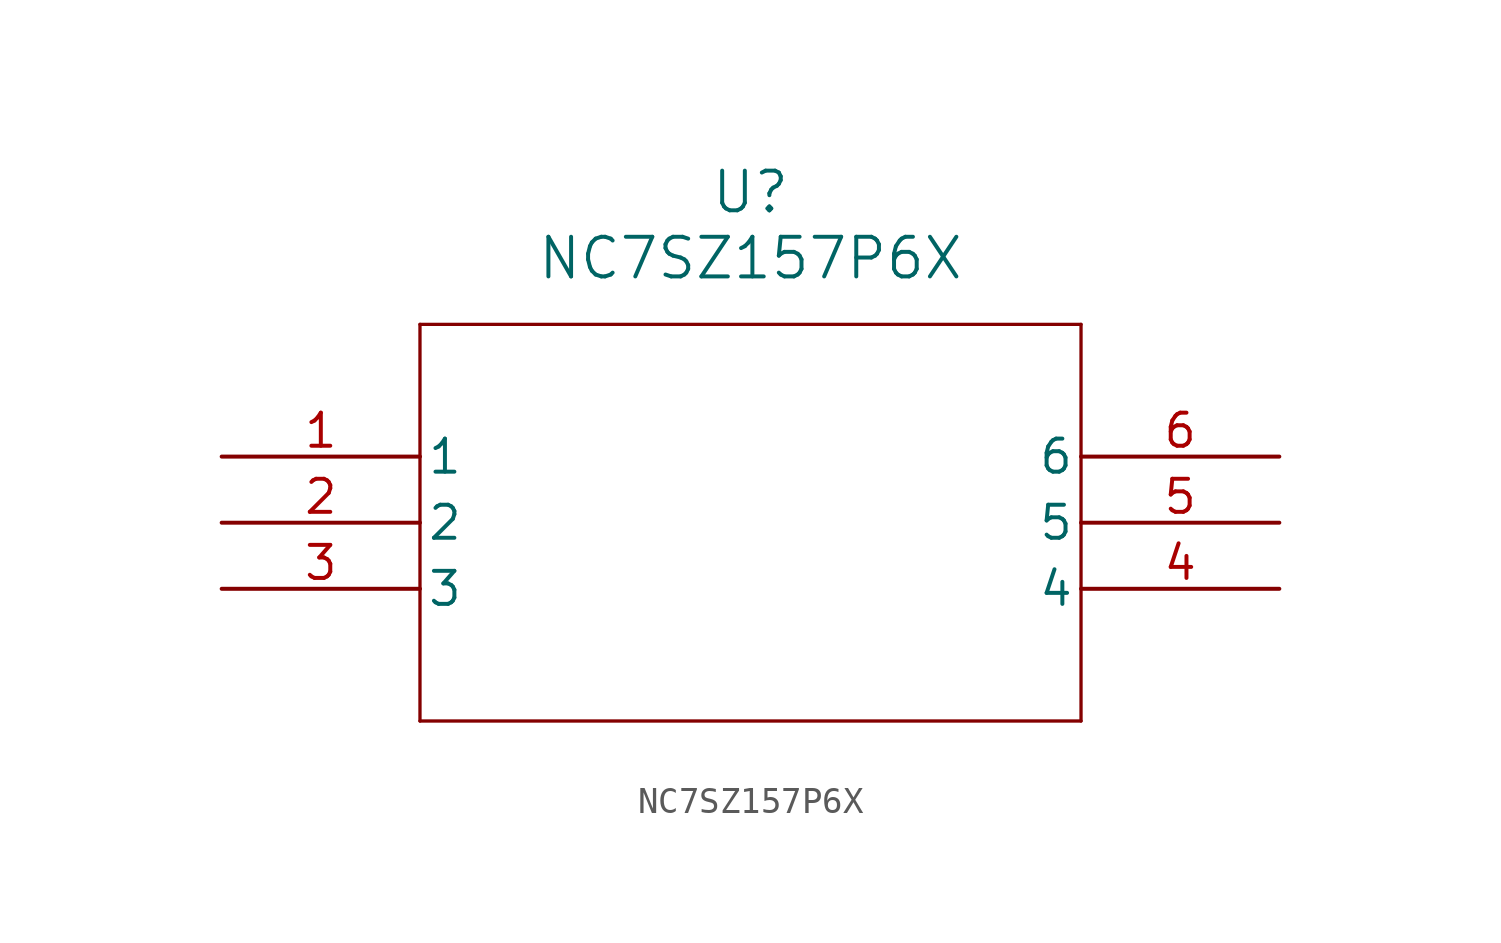
<source format=kicad_sym>
(kicad_symbol_lib
  (version 20211014)
  (generator kicad_symbol_editor)
  (symbol "NC7SZ157P6X"
    (pin_names
      (offset 0.254))
    (property "Reference" "U"
      (at 20.32 10.16 0)
      (effects (font (size 1.524 1.524))))
    (property "Value" "NC7SZ157P6X"
      (at 20.32 7.62 0)
      (effects (font (size 1.524 1.524))))
    (symbol "NC7SZ157P6X_0_1"
      (polyline (pts (xy 7.62 5.08) (xy 7.62 -10.16)) (stroke (width 0.127) (type default) (color 0 0 0 0)) (fill (type none)))
      (polyline (pts (xy 7.62 -10.16) (xy 33.02 -10.16)) (stroke (width 0.127) (type default) (color 0 0 0 0)) (fill (type none)))
      (polyline (pts (xy 33.02 -10.16) (xy 33.02 5.08)) (stroke (width 0.127) (type default) (color 0 0 0 0)) (fill (type none)))
      (polyline (pts (xy 33.02 5.08) (xy 7.62 5.08)) (stroke (width 0.127) (type default) (color 0 0 0 0)) (fill (type none)))
      (pin bidirectional line (at 0 0 0) (length 7.62) (name "1" (effects (font (size 1.27 1.27)))) (number "1" (effects (font (size 1.27 1.27)))))
      (pin power_out line (at 0 -2.54 0) (length 7.62) (name "2" (effects (font (size 1.27 1.27)))) (number "2" (effects (font (size 1.27 1.27)))))
      (pin bidirectional line (at 0 -5.08 0) (length 7.62) (name "3" (effects (font (size 1.27 1.27)))) (number "3" (effects (font (size 1.27 1.27)))))
      (pin unspecified line (at 40.64 -5.08 180) (length 7.62) (name "4" (effects (font (size 1.27 1.27)))) (number "4" (effects (font (size 1.27 1.27)))))
      (pin power_in line (at 40.64 -2.54 180) (length 7.62) (name "5" (effects (font (size 1.27 1.27)))) (number "5" (effects (font (size 1.27 1.27)))))
      (pin unspecified line (at 40.64 0 180) (length 7.62) (name "6" (effects (font (size 1.27 1.27)))) (number "6" (effects (font (size 1.27 1.27))))))))
</source>
